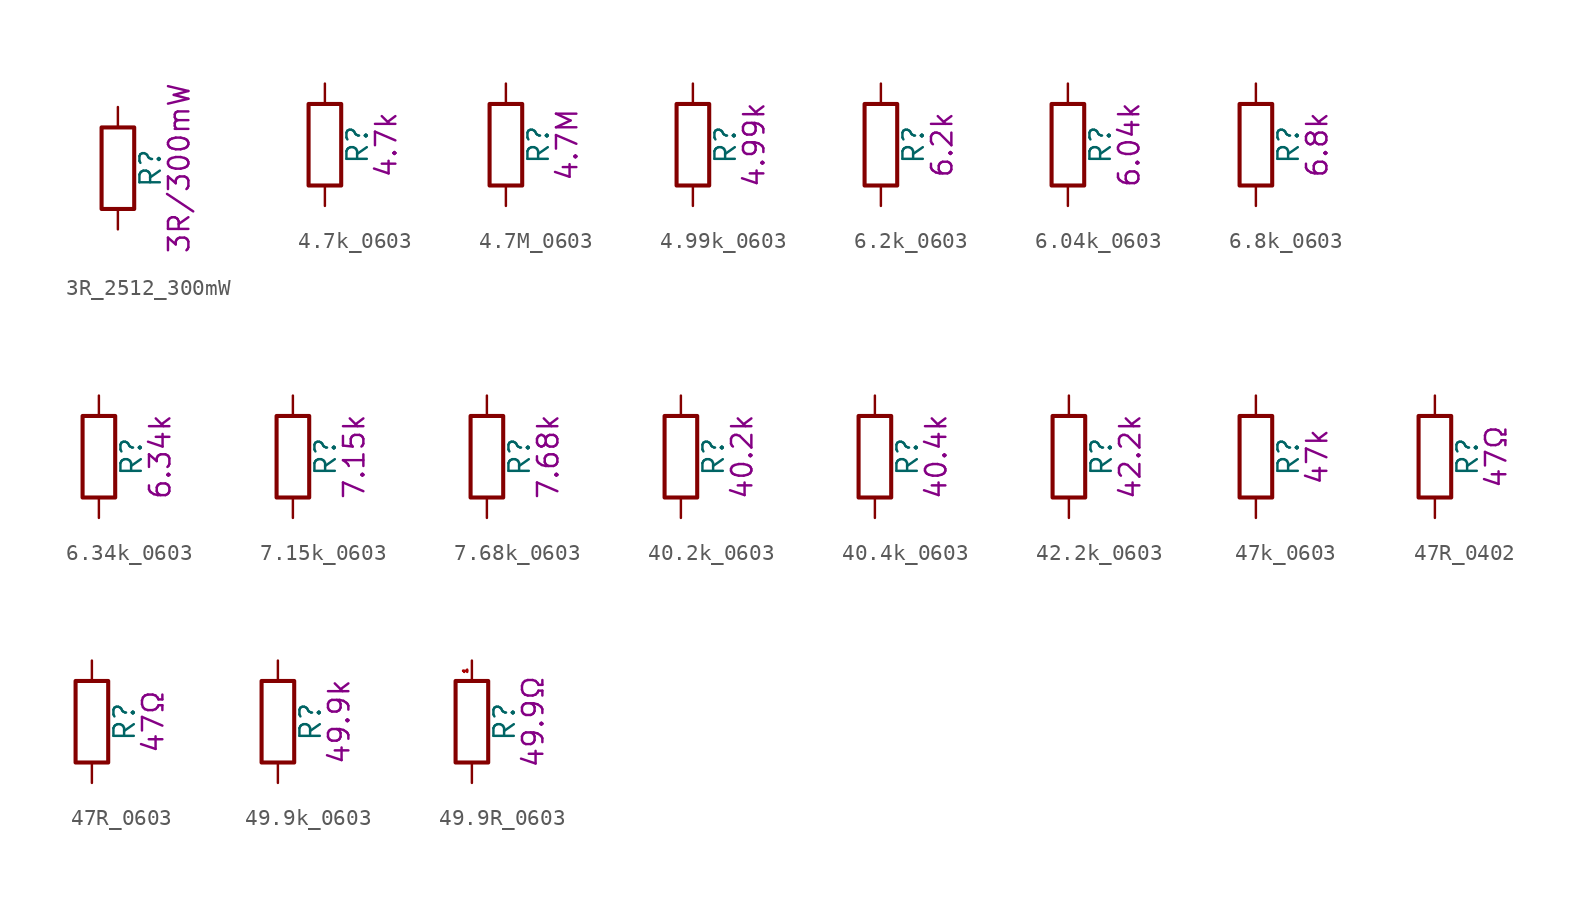
<source format=kicad_sym>
(kicad_symbol_lib
  (version 20211014)
  (generator kicad_symbol_editor)
  (symbol "3R_2512_300mW"
    (pin_numbers hide)
    (pin_names
      (offset 0))
    (property "Reference" "R"
      (at 2.032 0 90)
      (effects (font (size 1.27 1.27))))
    (property "Display" "3R/300mW"
      (at 3.81 0 90)
      (effects (font (size 1.27 1.27))))
    (symbol "3R_2512_300mW_0_1"
      (rectangle (start -1.016 -2.54) (end 1.016 2.54) (stroke (width 0.254) (type default) (color 0 0 0 0)) (fill (type none))))
    (symbol "3R_2512_300mW_1_1"
      (pin passive line (at 0 3.81 270) (length 1.27) (name "~" (effects (font (size 1.27 1.27)))) (number "1" (effects (font (size 1.27 1.27)))))
      (pin passive line (at 0 -3.81 90) (length 1.27) (name "~" (effects (font (size 1.27 1.27)))) (number "2" (effects (font (size 1.27 1.27)))))))
  (symbol "4.7k_0603"
    (pin_numbers hide)
    (pin_names
      (offset 0))
    (property "Reference" "R"
      (at 2.032 0 90)
      (effects (font (size 1.27 1.27))))
    (property "Display" "4.7k"
      (at 3.81 0 90)
      (effects (font (size 1.27 1.27))))
    (symbol "4.7k_0603_0_1"
      (rectangle (start -1.016 -2.54) (end 1.016 2.54) (stroke (width 0.254) (type default) (color 0 0 0 0)) (fill (type none))))
    (symbol "4.7k_0603_1_1"
      (pin passive line (at 0 3.81 270) (length 1.27) (name "~" (effects (font (size 1.27 1.27)))) (number "1" (effects (font (size 1.27 1.27)))))
      (pin passive line (at 0 -3.81 90) (length 1.27) (name "~" (effects (font (size 1.27 1.27)))) (number "2" (effects (font (size 1.27 1.27)))))))
  (symbol "4.7M_0603"
    (pin_numbers hide)
    (pin_names
      (offset 0))
    (property "Reference" "R"
      (at 2.032 0 90)
      (effects (font (size 1.27 1.27))))
    (property "Display" "4.7M"
      (at 3.81 0 90)
      (effects (font (size 1.27 1.27))))
    (symbol "4.7M_0603_0_1"
      (rectangle (start -1.016 -2.54) (end 1.016 2.54) (stroke (width 0.254) (type default) (color 0 0 0 0)) (fill (type none))))
    (symbol "4.7M_0603_1_1"
      (pin passive line (at 0 3.81 270) (length 1.27) (name "~" (effects (font (size 1.27 1.27)))) (number "1" (effects (font (size 1.27 1.27)))))
      (pin passive line (at 0 -3.81 90) (length 1.27) (name "~" (effects (font (size 1.27 1.27)))) (number "2" (effects (font (size 1.27 1.27)))))))
  (symbol "4.99k_0603"
    (pin_numbers hide)
    (pin_names
      (offset 0))
    (property "Reference" "R"
      (at 2.032 0 90)
      (effects (font (size 1.27 1.27))))
    (property "Display" "4.99k"
      (at 3.81 0 90)
      (effects (font (size 1.27 1.27))))
    (symbol "4.99k_0603_0_1"
      (rectangle (start -1.016 -2.54) (end 1.016 2.54) (stroke (width 0.254) (type default) (color 0 0 0 0)) (fill (type none))))
    (symbol "4.99k_0603_1_1"
      (pin passive line (at 0 3.81 270) (length 1.27) (name "~" (effects (font (size 1.27 1.27)))) (number "1" (effects (font (size 1.27 1.27)))))
      (pin passive line (at 0 -3.81 90) (length 1.27) (name "~" (effects (font (size 1.27 1.27)))) (number "2" (effects (font (size 1.27 1.27)))))))
  (symbol "6.2k_0603"
    (pin_numbers hide)
    (pin_names
      (offset 0))
    (property "Reference" "R"
      (at 2.032 0 90)
      (effects (font (size 1.27 1.27))))
    (property "Display" "6.2k"
      (at 3.81 0 90)
      (effects (font (size 1.27 1.27))))
    (symbol "6.2k_0603_0_1"
      (rectangle (start -1.016 -2.54) (end 1.016 2.54) (stroke (width 0.254) (type default) (color 0 0 0 0)) (fill (type none))))
    (symbol "6.2k_0603_1_1"
      (pin passive line (at 0 3.81 270) (length 1.27) (name "~" (effects (font (size 1.27 1.27)))) (number "1" (effects (font (size 1.27 1.27)))))
      (pin passive line (at 0 -3.81 90) (length 1.27) (name "~" (effects (font (size 1.27 1.27)))) (number "2" (effects (font (size 1.27 1.27)))))))
  (symbol "6.04k_0603"
    (pin_numbers hide)
    (pin_names
      (offset 0))
    (property "Reference" "R"
      (at 2.032 0 90)
      (effects (font (size 1.27 1.27))))
    (property "Display" "6.04k"
      (at 3.81 0 90)
      (effects (font (size 1.27 1.27))))
    (symbol "6.04k_0603_0_1"
      (rectangle (start -1.016 -2.54) (end 1.016 2.54) (stroke (width 0.254) (type default) (color 0 0 0 0)) (fill (type none))))
    (symbol "6.04k_0603_1_1"
      (pin passive line (at 0 3.81 270) (length 1.27) (name "~" (effects (font (size 1.27 1.27)))) (number "1" (effects (font (size 1.27 1.27)))))
      (pin passive line (at 0 -3.81 90) (length 1.27) (name "~" (effects (font (size 1.27 1.27)))) (number "2" (effects (font (size 1.27 1.27)))))))
  (symbol "6.8k_0603"
    (pin_numbers hide)
    (pin_names
      (offset 0))
    (property "Reference" "R"
      (at 2.032 0 90)
      (effects (font (size 1.27 1.27))))
    (property "Display" "6.8k"
      (at 3.81 0 90)
      (effects (font (size 1.27 1.27))))
    (symbol "6.8k_0603_0_1"
      (rectangle (start -1.016 -2.54) (end 1.016 2.54) (stroke (width 0.254) (type default) (color 0 0 0 0)) (fill (type none))))
    (symbol "6.8k_0603_1_1"
      (pin passive line (at 0 3.81 270) (length 1.27) (name "~" (effects (font (size 1.27 1.27)))) (number "1" (effects (font (size 1.27 1.27)))))
      (pin passive line (at 0 -3.81 90) (length 1.27) (name "~" (effects (font (size 1.27 1.27)))) (number "2" (effects (font (size 1.27 1.27)))))))
  (symbol "6.34k_0603"
    (pin_numbers hide)
    (pin_names
      (offset 0))
    (property "Reference" "R"
      (at 2.032 0 90)
      (effects (font (size 1.27 1.27))))
    (property "Display" "6.34k"
      (at 3.81 0 90)
      (effects (font (size 1.27 1.27))))
    (symbol "6.34k_0603_0_1"
      (rectangle (start -1.016 -2.54) (end 1.016 2.54) (stroke (width 0.254) (type default) (color 0 0 0 0)) (fill (type none))))
    (symbol "6.34k_0603_1_1"
      (pin passive line (at 0 3.81 270) (length 1.27) (name "~" (effects (font (size 1.27 1.27)))) (number "1" (effects (font (size 1.27 1.27)))))
      (pin passive line (at 0 -3.81 90) (length 1.27) (name "~" (effects (font (size 1.27 1.27)))) (number "2" (effects (font (size 1.27 1.27)))))))
  (symbol "7.15k_0603"
    (pin_numbers hide)
    (pin_names
      (offset 0))
    (property "Reference" "R"
      (at 2.032 0 90)
      (effects (font (size 1.27 1.27))))
    (property "Display" "7.15k"
      (at 3.81 0 90)
      (effects (font (size 1.27 1.27))))
    (symbol "7.15k_0603_0_1"
      (rectangle (start -1.016 -2.54) (end 1.016 2.54) (stroke (width 0.254) (type default) (color 0 0 0 0)) (fill (type none))))
    (symbol "7.15k_0603_1_1"
      (pin passive line (at 0 3.81 270) (length 1.27) (name "~" (effects (font (size 1.27 1.27)))) (number "1" (effects (font (size 1.27 1.27)))))
      (pin passive line (at 0 -3.81 90) (length 1.27) (name "~" (effects (font (size 1.27 1.27)))) (number "2" (effects (font (size 1.27 1.27)))))))
  (symbol "7.68k_0603"
    (pin_numbers hide)
    (pin_names
      (offset 0))
    (property "Reference" "R"
      (at 2.032 0 90)
      (effects (font (size 1.27 1.27))))
    (property "Display" "7.68k"
      (at 3.81 0 90)
      (effects (font (size 1.27 1.27))))
    (symbol "7.68k_0603_0_1"
      (rectangle (start -1.016 -2.54) (end 1.016 2.54) (stroke (width 0.254) (type default) (color 0 0 0 0)) (fill (type none))))
    (symbol "7.68k_0603_1_1"
      (pin passive line (at 0 3.81 270) (length 1.27) (name "~" (effects (font (size 1.27 1.27)))) (number "1" (effects (font (size 1.27 1.27)))))
      (pin passive line (at 0 -3.81 90) (length 1.27) (name "~" (effects (font (size 1.27 1.27)))) (number "2" (effects (font (size 1.27 1.27)))))))
  (symbol "40.2k_0603"
    (pin_numbers hide)
    (pin_names
      (offset 0))
    (property "Reference" "R"
      (at 2.032 0 90)
      (effects (font (size 1.27 1.27))))
    (property "Display" "40.2k"
      (at 3.81 0 90)
      (effects (font (size 1.27 1.27))))
    (symbol "40.2k_0603_0_1"
      (rectangle (start -1.016 -2.54) (end 1.016 2.54) (stroke (width 0.254) (type default) (color 0 0 0 0)) (fill (type none))))
    (symbol "40.2k_0603_1_1"
      (pin passive line (at 0 3.81 270) (length 1.27) (name "~" (effects (font (size 1.27 1.27)))) (number "1" (effects (font (size 1.27 1.27)))))
      (pin passive line (at 0 -3.81 90) (length 1.27) (name "~" (effects (font (size 1.27 1.27)))) (number "2" (effects (font (size 1.27 1.27)))))))
  (symbol "40.4k_0603"
    (pin_numbers hide)
    (pin_names
      (offset 0))
    (property "Reference" "R"
      (at 2.032 0 90)
      (effects (font (size 1.27 1.27))))
    (property "Display" "40.4k"
      (at 3.81 0 90)
      (effects (font (size 1.27 1.27))))
    (symbol "40.4k_0603_0_1"
      (rectangle (start -1.016 -2.54) (end 1.016 2.54) (stroke (width 0.254) (type default) (color 0 0 0 0)) (fill (type none))))
    (symbol "40.4k_0603_1_1"
      (pin passive line (at 0 3.81 270) (length 1.27) (name "~" (effects (font (size 1.27 1.27)))) (number "1" (effects (font (size 1.27 1.27)))))
      (pin passive line (at 0 -3.81 90) (length 1.27) (name "~" (effects (font (size 1.27 1.27)))) (number "2" (effects (font (size 1.27 1.27)))))))
  (symbol "42.2k_0603"
    (pin_numbers hide)
    (pin_names
      (offset 0))
    (property "Reference" "R"
      (at 2.032 0 90)
      (effects (font (size 1.27 1.27))))
    (property "Display" "42.2k"
      (at 3.81 0 90)
      (effects (font (size 1.27 1.27))))
    (symbol "42.2k_0603_0_1"
      (rectangle (start -1.016 -2.54) (end 1.016 2.54) (stroke (width 0.254) (type default) (color 0 0 0 0)) (fill (type none))))
    (symbol "42.2k_0603_1_1"
      (pin passive line (at 0 3.81 270) (length 1.27) (name "~" (effects (font (size 1.27 1.27)))) (number "1" (effects (font (size 1.27 1.27)))))
      (pin passive line (at 0 -3.81 90) (length 1.27) (name "~" (effects (font (size 1.27 1.27)))) (number "2" (effects (font (size 1.27 1.27)))))))
  (symbol "47k_0603"
    (pin_numbers hide)
    (pin_names
      (offset 0))
    (property "Reference" "R"
      (at 2.032 0 90)
      (effects (font (size 1.27 1.27))))
    (property "Display" "47k"
      (at 3.81 0 90)
      (effects (font (size 1.27 1.27))))
    (symbol "47k_0603_0_1"
      (rectangle (start -1.016 -2.54) (end 1.016 2.54) (stroke (width 0.254) (type default) (color 0 0 0 0)) (fill (type none))))
    (symbol "47k_0603_1_1"
      (pin passive line (at 0 3.81 270) (length 1.27) (name "~" (effects (font (size 1.27 1.27)))) (number "1" (effects (font (size 1.27 1.27)))))
      (pin passive line (at 0 -3.81 90) (length 1.27) (name "~" (effects (font (size 1.27 1.27)))) (number "2" (effects (font (size 1.27 1.27)))))))
  (symbol "47R_0402"
    (pin_numbers hide)
    (pin_names
      (offset 0))
    (property "Reference" "R"
      (at 2.032 0 90)
      (effects (font (size 1.27 1.27))))
    (property "Display" "47Ω"
      (at 3.81 0 90)
      (effects (font (size 1.27 1.27))))
    (symbol "47R_0402_0_1"
      (rectangle (start -1.016 -2.54) (end 1.016 2.54) (stroke (width 0.254) (type default) (color 0 0 0 0)) (fill (type none))))
    (symbol "47R_0402_1_1"
      (pin passive line (at 0 3.81 270) (length 1.27) (name "~" (effects (font (size 1.27 1.27)))) (number "1" (effects (font (size 1.27 1.27)))))
      (pin passive line (at 0 -3.81 90) (length 1.27) (name "~" (effects (font (size 1.27 1.27)))) (number "2" (effects (font (size 1.27 1.27)))))))
  (symbol "47R_0603"
    (pin_numbers hide)
    (pin_names
      (offset 0))
    (property "Reference" "R"
      (at 2.032 0 90)
      (effects (font (size 1.27 1.27))))
    (property "Display" "47Ω"
      (at 3.81 0 90)
      (effects (font (size 1.27 1.27))))
    (symbol "47R_0603_0_1"
      (rectangle (start -1.016 -2.54) (end 1.016 2.54) (stroke (width 0.254) (type default) (color 0 0 0 0)) (fill (type none))))
    (symbol "47R_0603_1_1"
      (pin passive line (at 0 3.81 270) (length 1.27) (name "~" (effects (font (size 1.27 1.27)))) (number "1" (effects (font (size 1.27 1.27)))))
      (pin passive line (at 0 -3.81 90) (length 1.27) (name "~" (effects (font (size 1.27 1.27)))) (number "2" (effects (font (size 1.27 1.27)))))))
  (symbol "49.9k_0603"
    (pin_numbers hide)
    (pin_names
      (offset 0))
    (property "Reference" "R"
      (at 2.032 0 90)
      (effects (font (size 1.27 1.27))))
    (property "Display" "49.9k"
      (at 3.81 0 90)
      (effects (font (size 1.27 1.27))))
    (symbol "49.9k_0603_0_1"
      (rectangle (start -1.016 -2.54) (end 1.016 2.54) (stroke (width 0.254) (type default) (color 0 0 0 0)) (fill (type none))))
    (symbol "49.9k_0603_1_1"
      (pin passive line (at 0 3.81 270) (length 1.27) (name "~" (effects (font (size 1.27 1.27)))) (number "1" (effects (font (size 1.27 1.27)))))
      (pin passive line (at 0 -3.81 90) (length 1.27) (name "~" (effects (font (size 1.27 1.27)))) (number "2" (effects (font (size 1.27 1.27)))))))
  (symbol "49.9R_0603"
    (pin_names
      (offset 0))
    (property "Reference" "R"
      (at 2.032 0 90)
      (effects (font (size 1.27 1.27))))
    (property "Display" "49.9Ω"
      (at 3.81 0 90)
      (effects (font (size 1.27 1.27))))
    (symbol "49.9R_0603_0_1"
      (rectangle (start -1.016 -2.54) (end 1.016 2.54) (stroke (width 0.254) (type default) (color 0 0 0 0)) (fill (type none))))
    (symbol "49.9R_0603_1_1"
      (pin passive line (at 0 3.81 270) (length 1.27) (name "~" (effects (font (size 0.254 0.254)))) (number "1" (effects (font (size 0.254 0.254)))))
      (pin passive line (at 0 -3.81 90) (length 1.27) (name "~" (effects (font (size 1.27 1.27)))) (number "2" (effects (font (size 0 0))))))))
</source>
